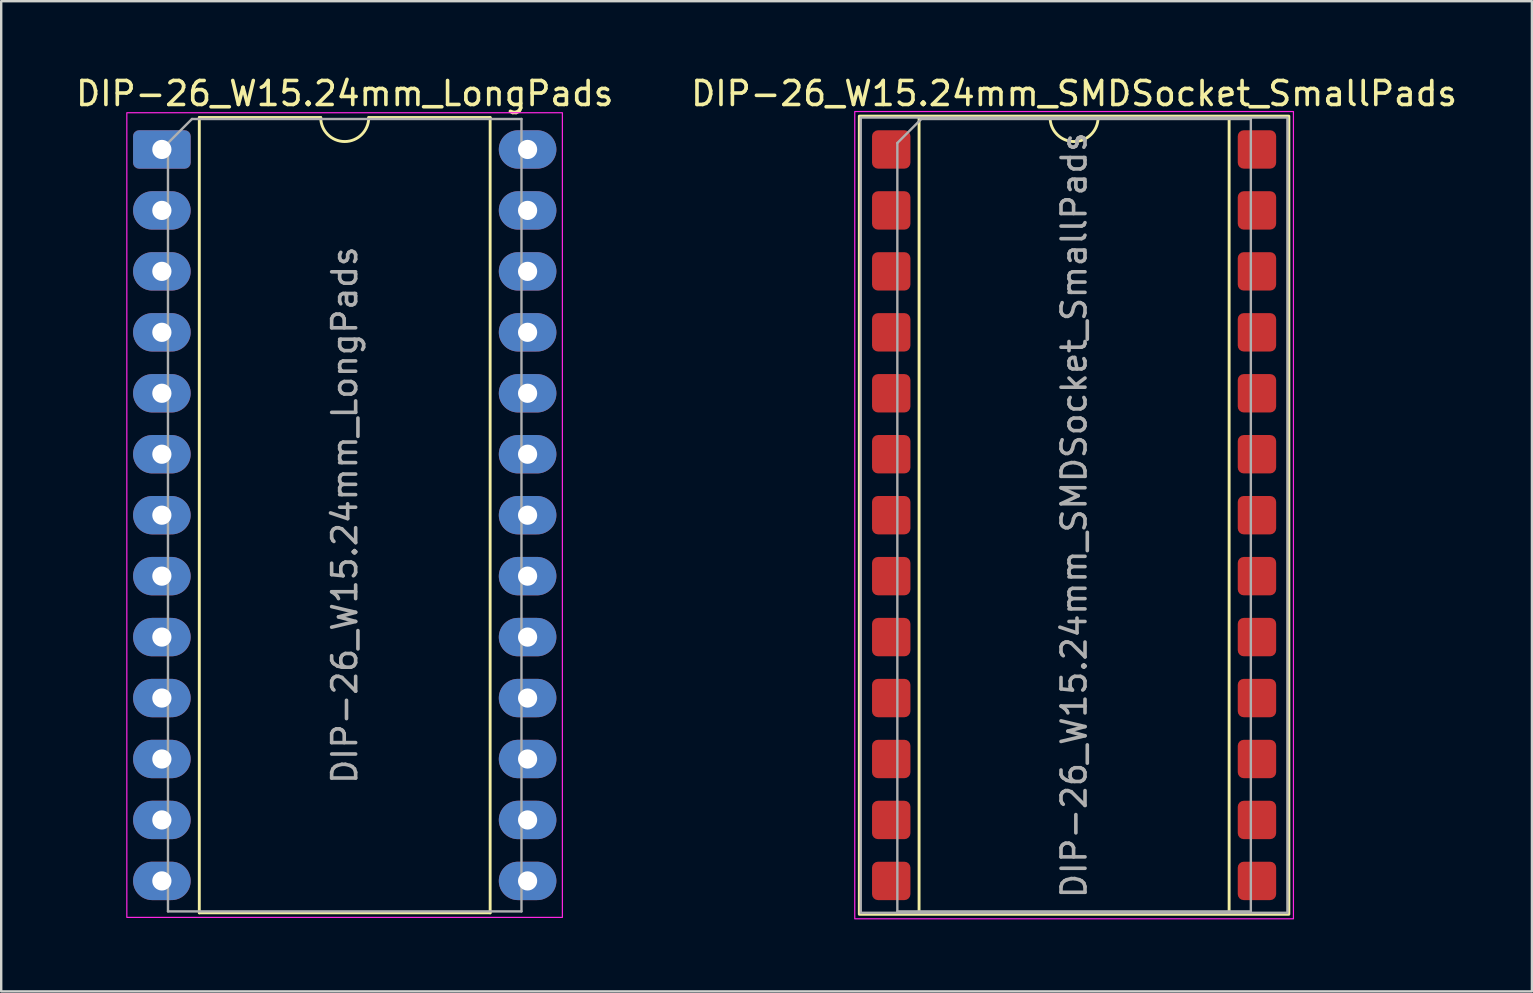
<source format=kicad_pcb>
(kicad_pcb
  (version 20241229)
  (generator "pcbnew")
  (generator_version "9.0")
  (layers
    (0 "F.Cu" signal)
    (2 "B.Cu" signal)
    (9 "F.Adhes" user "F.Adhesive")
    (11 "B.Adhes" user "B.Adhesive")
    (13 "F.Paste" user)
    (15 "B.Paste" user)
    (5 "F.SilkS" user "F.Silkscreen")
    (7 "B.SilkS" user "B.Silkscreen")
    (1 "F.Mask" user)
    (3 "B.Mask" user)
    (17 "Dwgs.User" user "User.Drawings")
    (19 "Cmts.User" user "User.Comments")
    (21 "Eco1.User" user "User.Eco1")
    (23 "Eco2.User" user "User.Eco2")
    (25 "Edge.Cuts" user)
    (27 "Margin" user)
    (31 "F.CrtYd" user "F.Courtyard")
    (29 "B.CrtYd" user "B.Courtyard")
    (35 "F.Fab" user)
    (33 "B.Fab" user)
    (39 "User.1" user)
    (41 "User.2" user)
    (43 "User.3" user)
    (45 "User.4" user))
  (footprint "DIP-26_W15.24mm_LongPads"
    (layer "F.Cu")
    (at 3.695 3.178)
    (property "Reference" "DIP-26_W15.24mm_LongPads" (at 7.62 -2.33 0) (layer "F.SilkS") (effects (font (size 1 1) (thickness 0.15))))
    (attr through_hole)
    (fp_line (start 1.56 -1.33) (end 1.56 31.81) (stroke (width 0.12) (type solid)) (layer "F.SilkS"))
    (fp_line (start 1.56 31.81) (end 13.68 31.81) (stroke (width 0.12) (type solid)) (layer "F.SilkS"))
    (fp_line (start 6.62 -1.33) (end 1.56 -1.33) (stroke (width 0.12) (type solid)) (layer "F.SilkS"))
    (fp_line (start 13.68 -1.33) (end 8.62 -1.33) (stroke (width 0.12) (type solid)) (layer "F.SilkS"))
    (fp_line (start 13.68 31.81) (end 13.68 -1.33) (stroke (width 0.12) (type solid)) (layer "F.SilkS"))
    (fp_arc (start 8.62 -1.33) (mid 7.62 -0.33) (end 6.62 -1.33) (stroke (width 0.12) (type solid)) (layer "F.SilkS"))
    (fp_rect (start -1.46 -1.53) (end 16.69 32) (stroke (width 0.05) (type solid)) (fill no) (layer "F.CrtYd"))
    (fp_line (start 0.255 -0.27) (end 1.255 -1.27) (stroke (width 0.1) (type solid)) (layer "F.Fab"))
    (fp_line (start 0.255 31.75) (end 0.255 -0.27) (stroke (width 0.1) (type solid)) (layer "F.Fab"))
    (fp_line (start 1.255 -1.27) (end 14.985 -1.27) (stroke (width 0.1) (type solid)) (layer "F.Fab"))
    (fp_line (start 14.985 -1.27) (end 14.985 31.75) (stroke (width 0.1) (type solid)) (layer "F.Fab"))
    (fp_line (start 14.985 31.75) (end 0.255 31.75) (stroke (width 0.1) (type solid)) (layer "F.Fab"))
    (fp_text user "${REFERENCE}" (at 7.62 15.24 90) (layer "F.Fab") (effects (font (size 1 1) (thickness 0.15))))
    (pad "1" thru_hole roundrect (at 0 0) (size 2.4 1.6) (drill 0.8) (layers "*.Cu" "*.Mask") (roundrect_rratio 0.156))
    (pad "2" thru_hole oval (at 0 2.54) (size 2.4 1.6) (drill 0.8) (layers "*.Cu" "*.Mask"))
    (pad "3" thru_hole oval (at 0 5.08) (size 2.4 1.6) (drill 0.8) (layers "*.Cu" "*.Mask"))
    (pad "4" thru_hole oval (at 0 7.62) (size 2.4 1.6) (drill 0.8) (layers "*.Cu" "*.Mask"))
    (pad "5" thru_hole oval (at 0 10.16) (size 2.4 1.6) (drill 0.8) (layers "*.Cu" "*.Mask"))
    (pad "6" thru_hole oval (at 0 12.7) (size 2.4 1.6) (drill 0.8) (layers "*.Cu" "*.Mask"))
    (pad "7" thru_hole oval (at 0 15.24) (size 2.4 1.6) (drill 0.8) (layers "*.Cu" "*.Mask"))
    (pad "8" thru_hole oval (at 0 17.78) (size 2.4 1.6) (drill 0.8) (layers "*.Cu" "*.Mask"))
    (pad "9" thru_hole oval (at 0 20.32) (size 2.4 1.6) (drill 0.8) (layers "*.Cu" "*.Mask"))
    (pad "10" thru_hole oval (at 0 22.86) (size 2.4 1.6) (drill 0.8) (layers "*.Cu" "*.Mask"))
    (pad "11" thru_hole oval (at 0 25.4) (size 2.4 1.6) (drill 0.8) (layers "*.Cu" "*.Mask"))
    (pad "12" thru_hole oval (at 0 27.94) (size 2.4 1.6) (drill 0.8) (layers "*.Cu" "*.Mask"))
    (pad "13" thru_hole oval (at 0 30.48) (size 2.4 1.6) (drill 0.8) (layers "*.Cu" "*.Mask"))
    (pad "14" thru_hole oval (at 15.24 30.48) (size 2.4 1.6) (drill 0.8) (layers "*.Cu" "*.Mask"))
    (pad "15" thru_hole oval (at 15.24 27.94) (size 2.4 1.6) (drill 0.8) (layers "*.Cu" "*.Mask"))
    (pad "16" thru_hole oval (at 15.24 25.4) (size 2.4 1.6) (drill 0.8) (layers "*.Cu" "*.Mask"))
    (pad "17" thru_hole oval (at 15.24 22.86) (size 2.4 1.6) (drill 0.8) (layers "*.Cu" "*.Mask"))
    (pad "18" thru_hole oval (at 15.24 20.32) (size 2.4 1.6) (drill 0.8) (layers "*.Cu" "*.Mask"))
    (pad "19" thru_hole oval (at 15.24 17.78) (size 2.4 1.6) (drill 0.8) (layers "*.Cu" "*.Mask"))
    (pad "20" thru_hole oval (at 15.24 15.24) (size 2.4 1.6) (drill 0.8) (layers "*.Cu" "*.Mask"))
    (pad "21" thru_hole oval (at 15.24 12.7) (size 2.4 1.6) (drill 0.8) (layers "*.Cu" "*.Mask"))
    (pad "22" thru_hole oval (at 15.24 10.16) (size 2.4 1.6) (drill 0.8) (layers "*.Cu" "*.Mask"))
    (pad "23" thru_hole oval (at 15.24 7.62) (size 2.4 1.6) (drill 0.8) (layers "*.Cu" "*.Mask"))
    (pad "24" thru_hole oval (at 15.24 5.08) (size 2.4 1.6) (drill 0.8) (layers "*.Cu" "*.Mask"))
    (pad "25" thru_hole oval (at 15.24 2.54) (size 2.4 1.6) (drill 0.8) (layers "*.Cu" "*.Mask"))
    (pad "26" thru_hole oval (at 15.24 0) (size 2.4 1.6) (drill 0.8) (layers "*.Cu" "*.Mask")))
  (footprint "DIP-26_W15.24mm_SMDSocket_SmallPads"
    (layer "F.Cu")
    (at 41.708 18.418)
    (property "Reference" "DIP-26_W15.24mm_SMDSocket_SmallPads" (at 0 -17.57 0) (layer "F.SilkS") (effects (font (size 1 1) (thickness 0.15))))
    (attr smd)
    (fp_line (start -6.46 -16.57) (end -6.46 16.57) (stroke (width 0.12) (type solid)) (layer "F.SilkS"))
    (fp_line (start -6.46 16.57) (end 6.46 16.57) (stroke (width 0.12) (type solid)) (layer "F.SilkS"))
    (fp_line (start -1 -16.57) (end -6.46 -16.57) (stroke (width 0.12) (type solid)) (layer "F.SilkS"))
    (fp_line (start 6.46 -16.57) (end 1 -16.57) (stroke (width 0.12) (type solid)) (layer "F.SilkS"))
    (fp_line (start 6.46 16.57) (end 6.46 -16.57) (stroke (width 0.12) (type solid)) (layer "F.SilkS"))
    (fp_rect (start -8.95 -16.63) (end 8.95 16.63) (stroke (width 0.12) (type solid)) (fill no) (layer "F.SilkS"))
    (fp_arc (start 1 -16.57) (mid 0 -15.57) (end -1 -16.57) (stroke (width 0.12) (type solid)) (layer "F.SilkS"))
    (fp_rect (start -9.14 -16.82) (end 9.14 16.82) (stroke (width 0.05) (type solid)) (fill no) (layer "F.CrtYd"))
    (fp_line (start -7.365 -15.51) (end -6.365 -16.51) (stroke (width 0.1) (type solid)) (layer "F.Fab"))
    (fp_line (start -7.365 16.51) (end -7.365 -15.51) (stroke (width 0.1) (type solid)) (layer "F.Fab"))
    (fp_line (start -6.365 -16.51) (end 7.365 -16.51) (stroke (width 0.1) (type solid)) (layer "F.Fab"))
    (fp_line (start 7.365 -16.51) (end 7.365 16.51) (stroke (width 0.1) (type solid)) (layer "F.Fab"))
    (fp_line (start 7.365 16.51) (end -7.365 16.51) (stroke (width 0.1) (type solid)) (layer "F.Fab"))
    (fp_rect (start -8.89 -16.57) (end 8.89 16.57) (stroke (width 0.1) (type solid)) (fill no) (layer "F.Fab"))
    (fp_text user "${REFERENCE}" (at 0 0 90) (layer "F.Fab") (effects (font (size 1 1) (thickness 0.15))))
    (pad "1" smd roundrect (at -7.62 -15.24) (size 1.6 1.6) (layers "F.Cu" "F.Mask" "F.Paste") (roundrect_rratio 0.156))
    (pad "2" smd roundrect (at -7.62 -12.7) (size 1.6 1.6) (layers "F.Cu" "F.Mask" "F.Paste") (roundrect_rratio 0.156))
    (pad "3" smd roundrect (at -7.62 -10.16) (size 1.6 1.6) (layers "F.Cu" "F.Mask" "F.Paste") (roundrect_rratio 0.156))
    (pad "4" smd roundrect (at -7.62 -7.62) (size 1.6 1.6) (layers "F.Cu" "F.Mask" "F.Paste") (roundrect_rratio 0.156))
    (pad "5" smd roundrect (at -7.62 -5.08) (size 1.6 1.6) (layers "F.Cu" "F.Mask" "F.Paste") (roundrect_rratio 0.156))
    (pad "6" smd roundrect (at -7.62 -2.54) (size 1.6 1.6) (layers "F.Cu" "F.Mask" "F.Paste") (roundrect_rratio 0.156))
    (pad "7" smd roundrect (at -7.62 0) (size 1.6 1.6) (layers "F.Cu" "F.Mask" "F.Paste") (roundrect_rratio 0.156))
    (pad "8" smd roundrect (at -7.62 2.54) (size 1.6 1.6) (layers "F.Cu" "F.Mask" "F.Paste") (roundrect_rratio 0.156))
    (pad "9" smd roundrect (at -7.62 5.08) (size 1.6 1.6) (layers "F.Cu" "F.Mask" "F.Paste") (roundrect_rratio 0.156))
    (pad "10" smd roundrect (at -7.62 7.62) (size 1.6 1.6) (layers "F.Cu" "F.Mask" "F.Paste") (roundrect_rratio 0.156))
    (pad "11" smd roundrect (at -7.62 10.16) (size 1.6 1.6) (layers "F.Cu" "F.Mask" "F.Paste") (roundrect_rratio 0.156))
    (pad "12" smd roundrect (at -7.62 12.7) (size 1.6 1.6) (layers "F.Cu" "F.Mask" "F.Paste") (roundrect_rratio 0.156))
    (pad "13" smd roundrect (at -7.62 15.24) (size 1.6 1.6) (layers "F.Cu" "F.Mask" "F.Paste") (roundrect_rratio 0.156))
    (pad "14" smd roundrect (at 7.62 15.24) (size 1.6 1.6) (layers "F.Cu" "F.Mask" "F.Paste") (roundrect_rratio 0.156))
    (pad "15" smd roundrect (at 7.62 12.7) (size 1.6 1.6) (layers "F.Cu" "F.Mask" "F.Paste") (roundrect_rratio 0.156))
    (pad "16" smd roundrect (at 7.62 10.16) (size 1.6 1.6) (layers "F.Cu" "F.Mask" "F.Paste") (roundrect_rratio 0.156))
    (pad "17" smd roundrect (at 7.62 7.62) (size 1.6 1.6) (layers "F.Cu" "F.Mask" "F.Paste") (roundrect_rratio 0.156))
    (pad "18" smd roundrect (at 7.62 5.08) (size 1.6 1.6) (layers "F.Cu" "F.Mask" "F.Paste") (roundrect_rratio 0.156))
    (pad "19" smd roundrect (at 7.62 2.54) (size 1.6 1.6) (layers "F.Cu" "F.Mask" "F.Paste") (roundrect_rratio 0.156))
    (pad "20" smd roundrect (at 7.62 0) (size 1.6 1.6) (layers "F.Cu" "F.Mask" "F.Paste") (roundrect_rratio 0.156))
    (pad "21" smd roundrect (at 7.62 -2.54) (size 1.6 1.6) (layers "F.Cu" "F.Mask" "F.Paste") (roundrect_rratio 0.156))
    (pad "22" smd roundrect (at 7.62 -5.08) (size 1.6 1.6) (layers "F.Cu" "F.Mask" "F.Paste") (roundrect_rratio 0.156))
    (pad "23" smd roundrect (at 7.62 -7.62) (size 1.6 1.6) (layers "F.Cu" "F.Mask" "F.Paste") (roundrect_rratio 0.156))
    (pad "24" smd roundrect (at 7.62 -10.16) (size 1.6 1.6) (layers "F.Cu" "F.Mask" "F.Paste") (roundrect_rratio 0.156))
    (pad "25" smd roundrect (at 7.62 -12.7) (size 1.6 1.6) (layers "F.Cu" "F.Mask" "F.Paste") (roundrect_rratio 0.156))
    (pad "26" smd roundrect (at 7.62 -15.24) (size 1.6 1.6) (layers "F.Cu" "F.Mask" "F.Paste") (roundrect_rratio 0.156)))
  (gr_rect
    (start -3 -3)
    (end 60.786 38.263)
    (stroke (width 0.1) (type default))
    (fill no)
    (layer "Edge.Cuts")))
</source>
